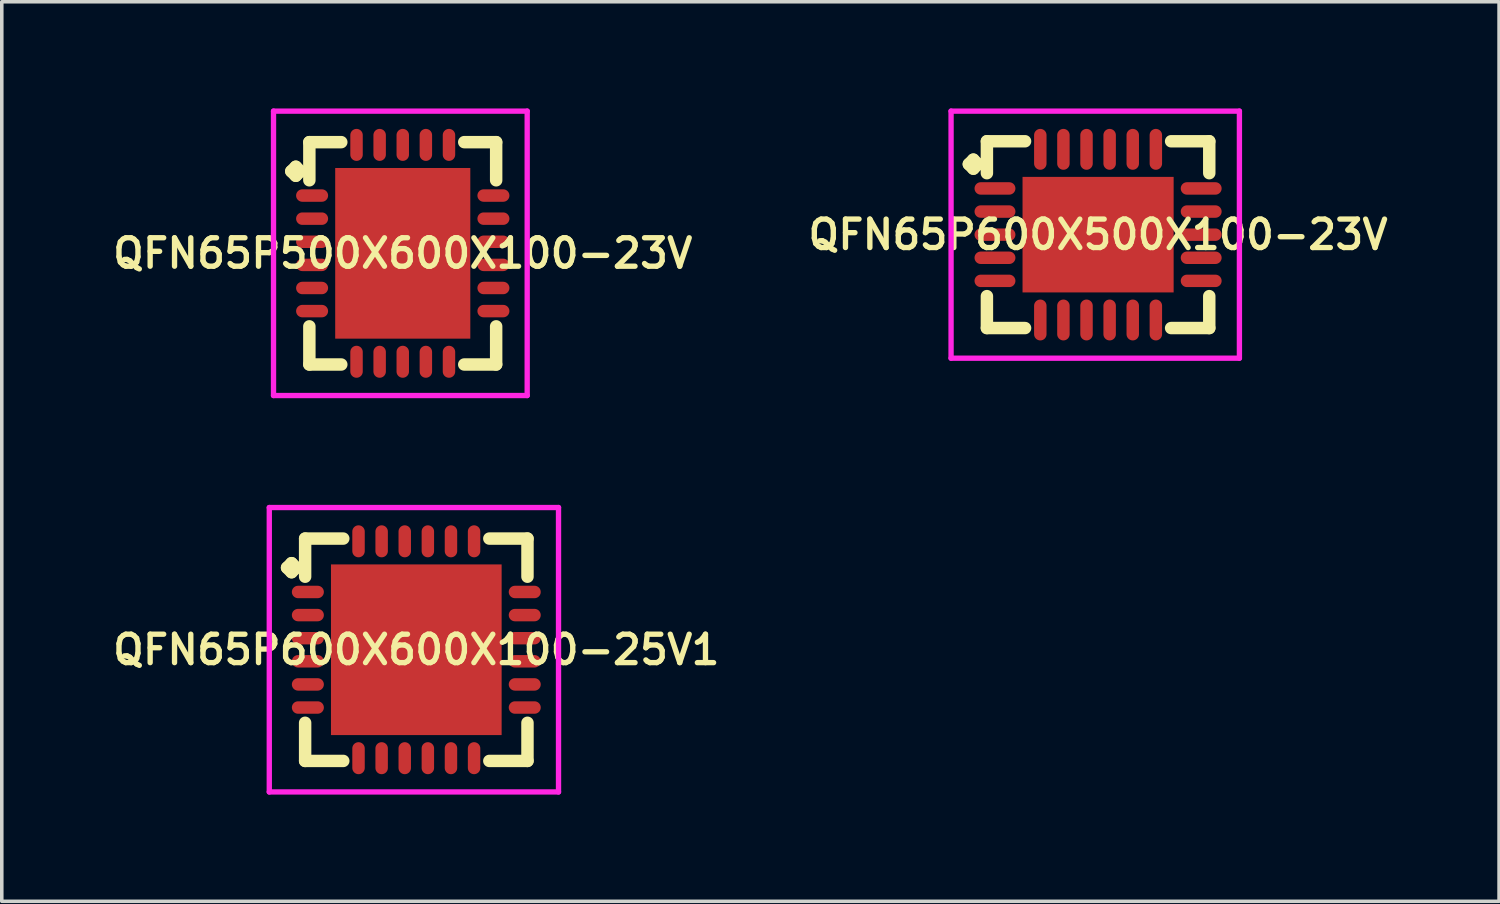
<source format=kicad_pcb>
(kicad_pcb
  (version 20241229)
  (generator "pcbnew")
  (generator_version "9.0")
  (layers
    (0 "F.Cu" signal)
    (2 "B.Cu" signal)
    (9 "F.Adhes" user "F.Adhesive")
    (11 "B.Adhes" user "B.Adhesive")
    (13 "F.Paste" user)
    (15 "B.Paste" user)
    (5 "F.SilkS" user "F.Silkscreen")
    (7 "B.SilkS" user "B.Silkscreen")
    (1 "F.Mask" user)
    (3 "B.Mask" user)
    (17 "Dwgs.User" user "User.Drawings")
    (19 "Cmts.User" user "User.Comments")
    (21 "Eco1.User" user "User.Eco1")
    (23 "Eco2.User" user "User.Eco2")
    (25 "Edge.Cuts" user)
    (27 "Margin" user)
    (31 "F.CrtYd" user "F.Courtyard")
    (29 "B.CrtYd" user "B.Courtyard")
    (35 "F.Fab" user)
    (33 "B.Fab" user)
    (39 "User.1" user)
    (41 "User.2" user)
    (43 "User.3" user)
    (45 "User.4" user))
  (footprint "QFN65P600X600X100-25V1"
    (layer "F.Cu")
    (at 8.659 15.225)
    (property "Reference" "QFN65P600X600X100-25V1" (at 0 0 0) (layer "F.SilkS") (effects (font (size 0.8 0.8) (thickness 0.15))))
    (attr smd)
    (fp_line (start -3.635 -2.308) (end -3.508 -2.435) (stroke (width 0.35) (type solid)) (layer "F.SilkS"))
    (fp_line (start -3.508 -2.435) (end -3.381 -2.308) (stroke (width 0.35) (type solid)) (layer "F.SilkS"))
    (fp_line (start -3.508 -2.181) (end -3.635 -2.308) (stroke (width 0.35) (type solid)) (layer "F.SilkS"))
    (fp_line (start -3.381 -2.308) (end -3.508 -2.181) (stroke (width 0.35) (type solid)) (layer "F.SilkS"))
    (fp_line (start -3.127 -3.127) (end -2.054 -3.127) (stroke (width 0.35) (type solid)) (layer "F.SilkS"))
    (fp_line (start -3.127 -2.054) (end -3.127 -3.127) (stroke (width 0.35) (type solid)) (layer "F.SilkS"))
    (fp_line (start -3.127 2.054) (end -3.127 3.127) (stroke (width 0.35) (type solid)) (layer "F.SilkS"))
    (fp_line (start -3.127 3.127) (end -2.054 3.127) (stroke (width 0.35) (type solid)) (layer "F.SilkS"))
    (fp_line (start 2.054 -3.127) (end 3.127 -3.127) (stroke (width 0.35) (type solid)) (layer "F.SilkS"))
    (fp_line (start 2.054 3.127) (end 3.127 3.127) (stroke (width 0.35) (type solid)) (layer "F.SilkS"))
    (fp_line (start 3.127 -3.127) (end 3.127 -2.054) (stroke (width 0.35) (type solid)) (layer "F.SilkS"))
    (fp_line (start 3.127 3.127) (end 3.127 2.054) (stroke (width 0.35) (type solid)) (layer "F.SilkS"))
    (fp_line (start -4.135 -4) (end 4 -4) (stroke (width 0.15) (type solid)) (layer "F.CrtYd"))
    (fp_line (start -4.135 4) (end -4.135 -4) (stroke (width 0.15) (type solid)) (layer "F.CrtYd"))
    (fp_line (start 4 -4) (end 4 4) (stroke (width 0.15) (type solid)) (layer "F.CrtYd"))
    (fp_line (start 4 4) (end -4.135 4) (stroke (width 0.15) (type solid)) (layer "F.CrtYd"))
    (pad "1" smd oval (at -3.05 -1.625) (size 0.9 0.35) (layers "F.Cu" "F.Mask" "F.Paste"))
    (pad "2" smd oval (at -3.05 -0.975) (size 0.9 0.35) (layers "F.Cu" "F.Mask" "F.Paste"))
    (pad "3" smd oval (at -3.05 -0.325) (size 0.9 0.35) (layers "F.Cu" "F.Mask" "F.Paste"))
    (pad "4" smd oval (at -3.05 0.325) (size 0.9 0.35) (layers "F.Cu" "F.Mask" "F.Paste"))
    (pad "5" smd oval (at -3.05 0.975) (size 0.9 0.35) (layers "F.Cu" "F.Mask" "F.Paste"))
    (pad "6" smd oval (at -3.05 1.625) (size 0.9 0.35) (layers "F.Cu" "F.Mask" "F.Paste"))
    (pad "7" smd oval (at -1.625 3.05) (size 0.35 0.9) (layers "F.Cu" "F.Mask" "F.Paste"))
    (pad "8" smd oval (at -0.975 3.05) (size 0.35 0.9) (layers "F.Cu" "F.Mask" "F.Paste"))
    (pad "9" smd oval (at -0.325 3.05) (size 0.35 0.9) (layers "F.Cu" "F.Mask" "F.Paste"))
    (pad "10" smd oval (at 0.325 3.05) (size 0.35 0.9) (layers "F.Cu" "F.Mask" "F.Paste"))
    (pad "11" smd oval (at 0.975 3.05) (size 0.35 0.9) (layers "F.Cu" "F.Mask" "F.Paste"))
    (pad "12" smd oval (at 1.625 3.05) (size 0.35 0.9) (layers "F.Cu" "F.Mask" "F.Paste"))
    (pad "13" smd oval (at 3.05 1.625) (size 0.9 0.35) (layers "F.Cu" "F.Mask" "F.Paste"))
    (pad "14" smd oval (at 3.05 0.975) (size 0.9 0.35) (layers "F.Cu" "F.Mask" "F.Paste"))
    (pad "15" smd oval (at 3.05 0.325) (size 0.9 0.35) (layers "F.Cu" "F.Mask" "F.Paste"))
    (pad "16" smd oval (at 3.05 -0.325) (size 0.9 0.35) (layers "F.Cu" "F.Mask" "F.Paste"))
    (pad "17" smd oval (at 3.05 -0.975) (size 0.9 0.35) (layers "F.Cu" "F.Mask" "F.Paste"))
    (pad "18" smd oval (at 3.05 -1.625) (size 0.9 0.35) (layers "F.Cu" "F.Mask" "F.Paste"))
    (pad "19" smd oval (at 1.625 -3.05) (size 0.35 0.9) (layers "F.Cu" "F.Mask" "F.Paste"))
    (pad "20" smd oval (at 0.975 -3.05) (size 0.35 0.9) (layers "F.Cu" "F.Mask" "F.Paste"))
    (pad "21" smd oval (at 0.325 -3.05) (size 0.35 0.9) (layers "F.Cu" "F.Mask" "F.Paste"))
    (pad "22" smd oval (at -0.325 -3.05) (size 0.35 0.9) (layers "F.Cu" "F.Mask" "F.Paste"))
    (pad "23" smd oval (at -0.975 -3.05) (size 0.35 0.9) (layers "F.Cu" "F.Mask" "F.Paste"))
    (pad "24" smd oval (at -1.625 -3.05) (size 0.35 0.9) (layers "F.Cu" "F.Mask" "F.Paste"))
    (pad "25" smd rect (at 0 0) (size 4.8 4.8) (layers "F.Cu" "F.Mask" "F.Paste")))
  (footprint "QFN65P500X600X100-23V"
    (layer "F.Cu")
    (at 8.278 4.075)
    (property "Reference" "QFN65P500X600X100-23V" (at 0 0 0) (layer "F.SilkS") (effects (font (size 0.8 0.8) (thickness 0.15))))
    (attr smd)
    (fp_line (start -3.135 -2.308) (end -3.008 -2.435) (stroke (width 0.35) (type solid)) (layer "F.SilkS"))
    (fp_line (start -3.008 -2.435) (end -2.881 -2.308) (stroke (width 0.35) (type solid)) (layer "F.SilkS"))
    (fp_line (start -3.008 -2.181) (end -3.135 -2.308) (stroke (width 0.35) (type solid)) (layer "F.SilkS"))
    (fp_line (start -2.881 -2.308) (end -3.008 -2.181) (stroke (width 0.35) (type solid)) (layer "F.SilkS"))
    (fp_line (start -2.627 -3.127) (end -1.729 -3.127) (stroke (width 0.35) (type solid)) (layer "F.SilkS"))
    (fp_line (start -2.627 -2.054) (end -2.627 -3.127) (stroke (width 0.35) (type solid)) (layer "F.SilkS"))
    (fp_line (start -2.627 2.054) (end -2.627 3.127) (stroke (width 0.35) (type solid)) (layer "F.SilkS"))
    (fp_line (start -2.627 3.127) (end -1.729 3.127) (stroke (width 0.35) (type solid)) (layer "F.SilkS"))
    (fp_line (start 1.729 -3.127) (end 2.627 -3.127) (stroke (width 0.35) (type solid)) (layer "F.SilkS"))
    (fp_line (start 1.729 3.127) (end 2.627 3.127) (stroke (width 0.35) (type solid)) (layer "F.SilkS"))
    (fp_line (start 2.627 -3.127) (end 2.627 -2.054) (stroke (width 0.35) (type solid)) (layer "F.SilkS"))
    (fp_line (start 2.627 3.127) (end 2.627 2.054) (stroke (width 0.35) (type solid)) (layer "F.SilkS"))
    (fp_line (start -3.635 -4) (end 3.5 -4) (stroke (width 0.15) (type solid)) (layer "F.CrtYd"))
    (fp_line (start -3.635 4) (end -3.635 -4) (stroke (width 0.15) (type solid)) (layer "F.CrtYd"))
    (fp_line (start 3.5 -4) (end 3.5 4) (stroke (width 0.15) (type solid)) (layer "F.CrtYd"))
    (fp_line (start 3.5 4) (end -3.635 4) (stroke (width 0.15) (type solid)) (layer "F.CrtYd"))
    (pad "1" smd oval (at -2.55 -1.625) (size 0.9 0.35) (layers "F.Cu" "F.Mask" "F.Paste"))
    (pad "2" smd oval (at -2.55 -0.975) (size 0.9 0.35) (layers "F.Cu" "F.Mask" "F.Paste"))
    (pad "3" smd oval (at -2.55 -0.325) (size 0.9 0.35) (layers "F.Cu" "F.Mask" "F.Paste"))
    (pad "4" smd oval (at -2.55 0.325) (size 0.9 0.35) (layers "F.Cu" "F.Mask" "F.Paste"))
    (pad "5" smd oval (at -2.55 0.975) (size 0.9 0.35) (layers "F.Cu" "F.Mask" "F.Paste"))
    (pad "6" smd oval (at -2.55 1.625) (size 0.9 0.35) (layers "F.Cu" "F.Mask" "F.Paste"))
    (pad "7" smd oval (at -1.3 3.05) (size 0.35 0.9) (layers "F.Cu" "F.Mask" "F.Paste"))
    (pad "8" smd oval (at -0.65 3.05) (size 0.35 0.9) (layers "F.Cu" "F.Mask" "F.Paste"))
    (pad "9" smd oval (at 0 3.05) (size 0.35 0.9) (layers "F.Cu" "F.Mask" "F.Paste"))
    (pad "10" smd oval (at 0.65 3.05) (size 0.35 0.9) (layers "F.Cu" "F.Mask" "F.Paste"))
    (pad "11" smd oval (at 1.3 3.05) (size 0.35 0.9) (layers "F.Cu" "F.Mask" "F.Paste"))
    (pad "12" smd oval (at 2.55 1.625) (size 0.9 0.35) (layers "F.Cu" "F.Mask" "F.Paste"))
    (pad "13" smd oval (at 2.55 0.975) (size 0.9 0.35) (layers "F.Cu" "F.Mask" "F.Paste"))
    (pad "14" smd oval (at 2.55 0.325) (size 0.9 0.35) (layers "F.Cu" "F.Mask" "F.Paste"))
    (pad "15" smd oval (at 2.55 -0.325) (size 0.9 0.35) (layers "F.Cu" "F.Mask" "F.Paste"))
    (pad "16" smd oval (at 2.55 -0.975) (size 0.9 0.35) (layers "F.Cu" "F.Mask" "F.Paste"))
    (pad "17" smd oval (at 2.55 -1.625) (size 0.9 0.35) (layers "F.Cu" "F.Mask" "F.Paste"))
    (pad "18" smd oval (at 1.3 -3.05) (size 0.35 0.9) (layers "F.Cu" "F.Mask" "F.Paste"))
    (pad "19" smd oval (at 0.65 -3.05) (size 0.35 0.9) (layers "F.Cu" "F.Mask" "F.Paste"))
    (pad "20" smd oval (at 0 -3.05) (size 0.35 0.9) (layers "F.Cu" "F.Mask" "F.Paste"))
    (pad "21" smd oval (at -0.65 -3.05) (size 0.35 0.9) (layers "F.Cu" "F.Mask" "F.Paste"))
    (pad "22" smd oval (at -1.3 -3.05) (size 0.35 0.9) (layers "F.Cu" "F.Mask" "F.Paste"))
    (pad "23" smd rect (at 0 0) (size 3.8 4.8) (layers "F.Cu" "F.Mask" "F.Paste")))
  (footprint "QFN65P600X500X100-23V"
    (layer "F.Cu")
    (at 27.835 3.55)
    (property "Reference" "QFN65P600X500X100-23V" (at 0 0 0) (layer "F.SilkS") (effects (font (size 0.8 0.8) (thickness 0.15))))
    (attr smd)
    (fp_line (start -3.635 -1.983) (end -3.508 -2.11) (stroke (width 0.35) (type solid)) (layer "F.SilkS"))
    (fp_line (start -3.508 -2.11) (end -3.381 -1.983) (stroke (width 0.35) (type solid)) (layer "F.SilkS"))
    (fp_line (start -3.508 -1.856) (end -3.635 -1.983) (stroke (width 0.35) (type solid)) (layer "F.SilkS"))
    (fp_line (start -3.381 -1.983) (end -3.508 -1.856) (stroke (width 0.35) (type solid)) (layer "F.SilkS"))
    (fp_line (start -3.127 -2.627) (end -2.054 -2.627) (stroke (width 0.35) (type solid)) (layer "F.SilkS"))
    (fp_line (start -3.127 -1.729) (end -3.127 -2.627) (stroke (width 0.35) (type solid)) (layer "F.SilkS"))
    (fp_line (start -3.127 1.729) (end -3.127 2.627) (stroke (width 0.35) (type solid)) (layer "F.SilkS"))
    (fp_line (start -3.127 2.627) (end -2.054 2.627) (stroke (width 0.35) (type solid)) (layer "F.SilkS"))
    (fp_line (start 2.054 -2.627) (end 3.127 -2.627) (stroke (width 0.35) (type solid)) (layer "F.SilkS"))
    (fp_line (start 2.054 2.627) (end 3.127 2.627) (stroke (width 0.35) (type solid)) (layer "F.SilkS"))
    (fp_line (start 3.127 -2.627) (end 3.127 -1.729) (stroke (width 0.35) (type solid)) (layer "F.SilkS"))
    (fp_line (start 3.127 2.627) (end 3.127 1.729) (stroke (width 0.35) (type solid)) (layer "F.SilkS"))
    (fp_line (start -4.135 -3.475) (end 3.975 -3.475) (stroke (width 0.15) (type solid)) (layer "F.CrtYd"))
    (fp_line (start -4.135 3.475) (end -4.135 -3.475) (stroke (width 0.15) (type solid)) (layer "F.CrtYd"))
    (fp_line (start 3.975 -3.475) (end 3.975 3.475) (stroke (width 0.15) (type solid)) (layer "F.CrtYd"))
    (fp_line (start 3.975 3.475) (end -4.135 3.475) (stroke (width 0.15) (type solid)) (layer "F.CrtYd"))
    (pad "1" smd oval (at -2.9 -1.3) (size 1.15 0.35) (layers "F.Cu" "F.Mask" "F.Paste"))
    (pad "2" smd oval (at -2.9 -0.65) (size 1.15 0.35) (layers "F.Cu" "F.Mask" "F.Paste"))
    (pad "3" smd oval (at -2.9 0) (size 1.15 0.35) (layers "F.Cu" "F.Mask" "F.Paste"))
    (pad "4" smd oval (at -2.9 0.65) (size 1.15 0.35) (layers "F.Cu" "F.Mask" "F.Paste"))
    (pad "5" smd oval (at -2.9 1.3) (size 1.15 0.35) (layers "F.Cu" "F.Mask" "F.Paste"))
    (pad "6" smd oval (at -1.625 2.4) (size 0.35 1.15) (layers "F.Cu" "F.Mask" "F.Paste"))
    (pad "7" smd oval (at -0.975 2.4) (size 0.35 1.15) (layers "F.Cu" "F.Mask" "F.Paste"))
    (pad "8" smd oval (at -0.325 2.4) (size 0.35 1.15) (layers "F.Cu" "F.Mask" "F.Paste"))
    (pad "9" smd oval (at 0.325 2.4) (size 0.35 1.15) (layers "F.Cu" "F.Mask" "F.Paste"))
    (pad "10" smd oval (at 0.975 2.4) (size 0.35 1.15) (layers "F.Cu" "F.Mask" "F.Paste"))
    (pad "11" smd oval (at 1.625 2.4) (size 0.35 1.15) (layers "F.Cu" "F.Mask" "F.Paste"))
    (pad "12" smd oval (at 2.9 1.3) (size 1.15 0.35) (layers "F.Cu" "F.Mask" "F.Paste"))
    (pad "13" smd oval (at 2.9 0.65) (size 1.15 0.35) (layers "F.Cu" "F.Mask" "F.Paste"))
    (pad "14" smd oval (at 2.9 0) (size 1.15 0.35) (layers "F.Cu" "F.Mask" "F.Paste"))
    (pad "15" smd oval (at 2.9 -0.65) (size 1.15 0.35) (layers "F.Cu" "F.Mask" "F.Paste"))
    (pad "16" smd oval (at 2.9 -1.3) (size 1.15 0.35) (layers "F.Cu" "F.Mask" "F.Paste"))
    (pad "17" smd oval (at 1.625 -2.4) (size 0.35 1.15) (layers "F.Cu" "F.Mask" "F.Paste"))
    (pad "18" smd oval (at 0.975 -2.4) (size 0.35 1.15) (layers "F.Cu" "F.Mask" "F.Paste"))
    (pad "19" smd oval (at 0.325 -2.4) (size 0.35 1.15) (layers "F.Cu" "F.Mask" "F.Paste"))
    (pad "20" smd oval (at -0.325 -2.4) (size 0.35 1.15) (layers "F.Cu" "F.Mask" "F.Paste"))
    (pad "21" smd oval (at -0.975 -2.4) (size 0.35 1.15) (layers "F.Cu" "F.Mask" "F.Paste"))
    (pad "22" smd oval (at -1.625 -2.4) (size 0.35 1.15) (layers "F.Cu" "F.Mask" "F.Paste"))
    (pad "23" smd rect (at 0 0) (size 4.25 3.25) (layers "F.Cu" "F.Mask" "F.Paste")))
  (gr_rect
    (start -3 -3)
    (end 39.113 22.3)
    (stroke (width 0.1) (type default))
    (fill no)
    (layer "Edge.Cuts")))
</source>
